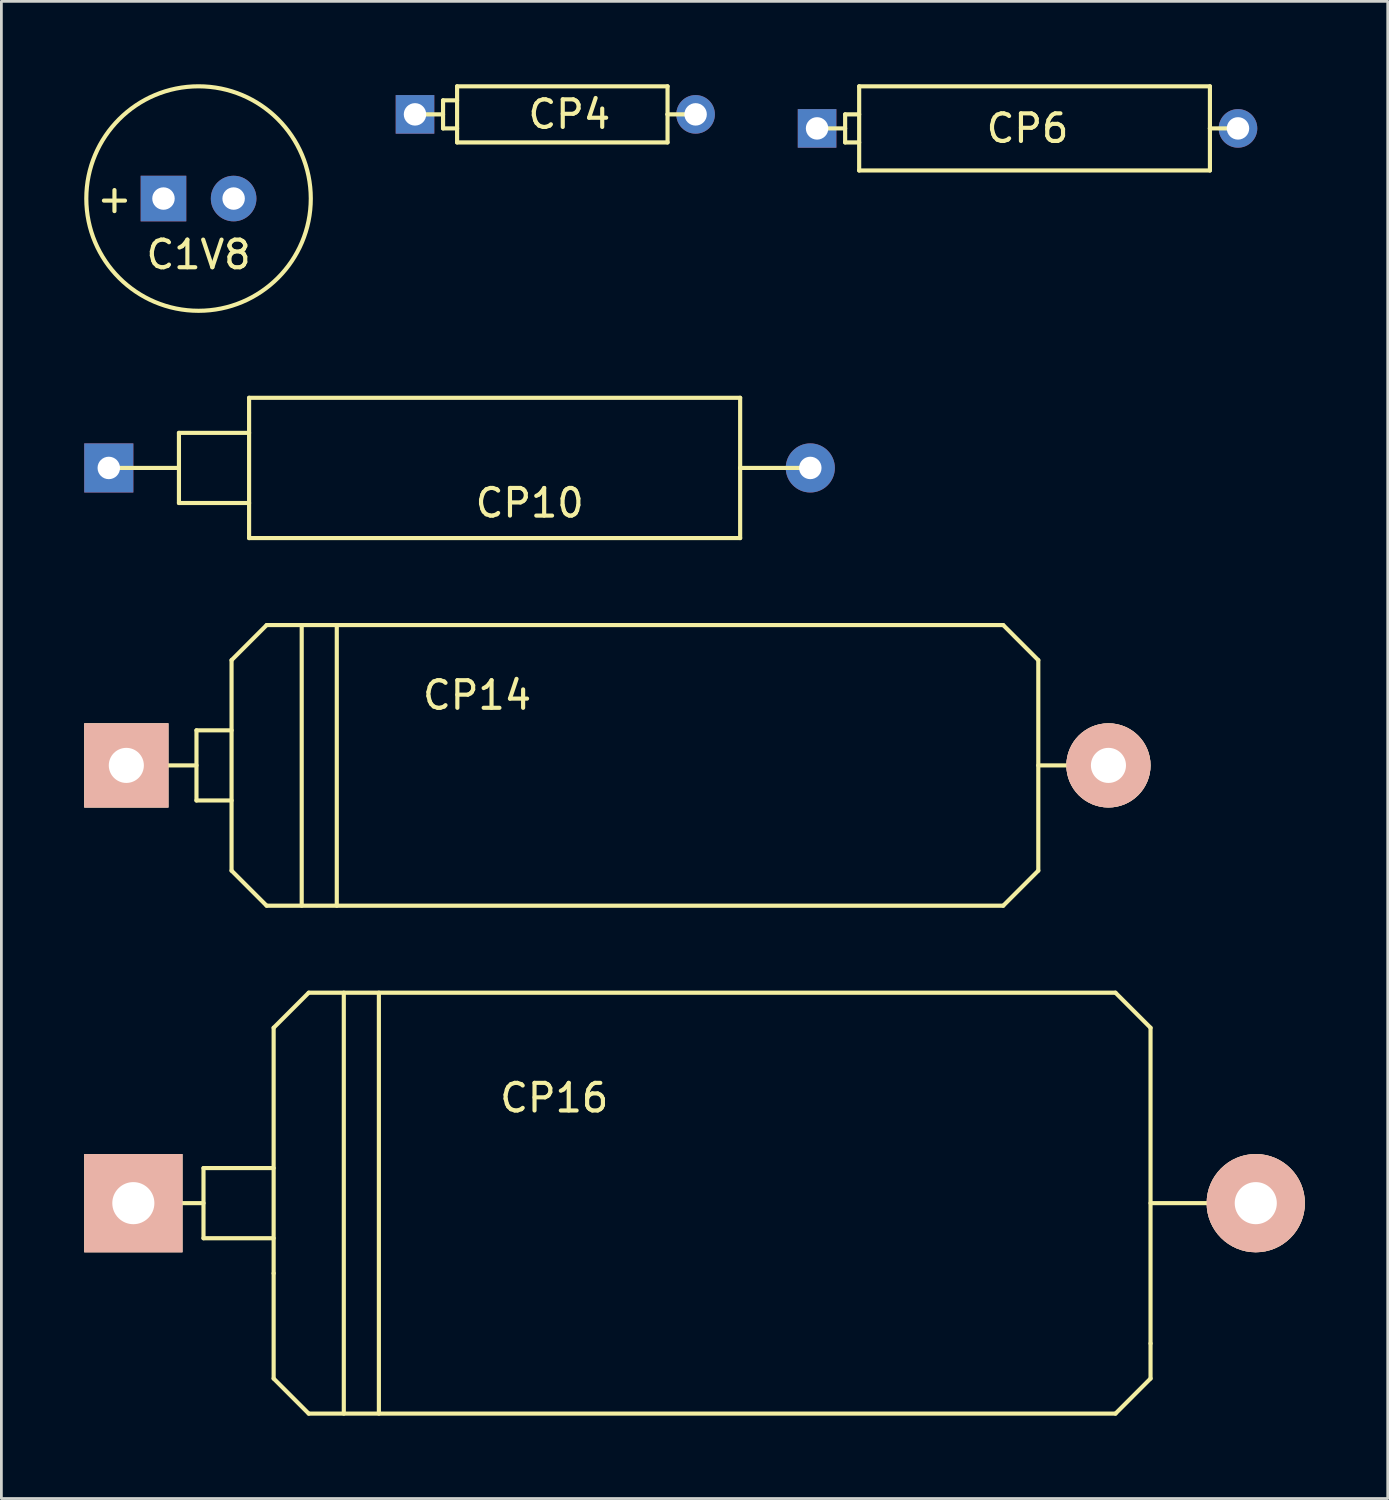
<source format=kicad_pcb>
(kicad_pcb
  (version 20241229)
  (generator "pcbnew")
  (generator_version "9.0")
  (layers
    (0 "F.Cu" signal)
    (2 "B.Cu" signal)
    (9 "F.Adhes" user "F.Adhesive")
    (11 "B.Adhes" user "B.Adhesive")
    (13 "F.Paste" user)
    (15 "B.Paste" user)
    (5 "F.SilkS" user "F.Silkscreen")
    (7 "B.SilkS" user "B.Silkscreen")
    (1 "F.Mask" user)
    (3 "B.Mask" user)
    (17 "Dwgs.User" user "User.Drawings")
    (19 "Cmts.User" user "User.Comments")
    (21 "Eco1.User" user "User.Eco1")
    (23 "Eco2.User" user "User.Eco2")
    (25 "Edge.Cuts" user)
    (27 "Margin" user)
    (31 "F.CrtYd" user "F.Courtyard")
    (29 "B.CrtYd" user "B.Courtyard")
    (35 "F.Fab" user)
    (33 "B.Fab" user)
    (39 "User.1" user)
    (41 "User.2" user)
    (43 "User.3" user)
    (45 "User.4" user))
  (footprint "C1V8"
    (layer "F.Cu")
    (at 4.139 4.139)
    (property "Reference" "C1V8" (at 0 2.032 0) (layer "F.SilkS") (effects (font (size 1 1) (thickness 0.15))))
    (attr through_hole)
    (fp_circle (center 0 0) (end 4.064 0) (stroke (width 0.15) (type solid)) (fill no) (layer "F.SilkS"))
    (fp_text user "+" (at -3.045 0 0) (layer "F.SilkS") (effects (font (size 1 1) (thickness 0.15))))
    (pad "1" thru_hole rect (at -1.27 0) (size 1.651 1.651) (drill 0.813) (layers "*.Cu" "*.Mask"))
    (pad "2" thru_hole circle (at 1.27 0) (size 1.651 1.651) (drill 0.813) (layers "*.Cu" "*.Mask")))
  (footprint "CP16"
    (layer "F.Cu")
    (at 22.098 40.513)
    (property "Reference" "CP16" (at -5.08 -3.81 0) (layer "F.SilkS") (effects (font (size 1 1) (thickness 0.15))))
    (attr through_hole)
    (fp_line (start -17.78 -1.27) (end -17.78 1.27) (stroke (width 0.15) (type solid)) (layer "F.SilkS"))
    (fp_line (start -17.78 0) (end -20.32 0) (stroke (width 0.15) (type solid)) (layer "F.SilkS"))
    (fp_line (start -17.78 1.27) (end -15.24 1.27) (stroke (width 0.15) (type solid)) (layer "F.SilkS"))
    (fp_line (start -15.24 -6.35) (end -13.97 -7.62) (stroke (width 0.15) (type solid)) (layer "F.SilkS"))
    (fp_line (start -15.24 -1.27) (end -17.78 -1.27) (stroke (width 0.15) (type solid)) (layer "F.SilkS"))
    (fp_line (start -15.24 2.54) (end -15.24 -6.35) (stroke (width 0.15) (type solid)) (layer "F.SilkS"))
    (fp_line (start -15.24 6.35) (end -15.24 2.54) (stroke (width 0.15) (type solid)) (layer "F.SilkS"))
    (fp_line (start -13.97 7.62) (end -15.24 6.35) (stroke (width 0.15) (type solid)) (layer "F.SilkS"))
    (fp_line (start -12.7 7.62) (end -12.7 -7.62) (stroke (width 0.15) (type solid)) (layer "F.SilkS"))
    (fp_line (start -11.43 7.62) (end -11.43 -7.62) (stroke (width 0.15) (type solid)) (layer "F.SilkS"))
    (fp_line (start 15.24 -7.62) (end -13.97 -7.62) (stroke (width 0.15) (type solid)) (layer "F.SilkS"))
    (fp_line (start 15.24 7.62) (end -13.97 7.62) (stroke (width 0.15) (type solid)) (layer "F.SilkS"))
    (fp_line (start 16.51 -6.35) (end 15.24 -7.62) (stroke (width 0.15) (type solid)) (layer "F.SilkS"))
    (fp_line (start 16.51 5.08) (end 16.51 -6.35) (stroke (width 0.15) (type solid)) (layer "F.SilkS"))
    (fp_line (start 16.51 5.08) (end 16.51 6.35) (stroke (width 0.15) (type solid)) (layer "F.SilkS"))
    (fp_line (start 16.51 6.35) (end 15.24 7.62) (stroke (width 0.15) (type solid)) (layer "F.SilkS"))
    (fp_line (start 20.32 0) (end 16.51 0) (stroke (width 0.15) (type solid)) (layer "F.SilkS"))
    (pad "1" thru_hole rect (at -20.32 0) (size 3.556 3.556) (drill 1.524) (layers "*.Cu" "*.SilkS" "*.Mask"))
    (pad "2" thru_hole circle (at 20.32 0) (size 3.556 3.556) (drill 1.524) (layers "*.Cu" "*.SilkS" "*.Mask")))
  (footprint "CP6"
    (layer "F.Cu")
    (at 34.154 1.599)
    (property "Reference" "CP6" (at 0 0 0) (layer "F.SilkS") (effects (font (size 1 1) (thickness 0.15))))
    (attr through_hole)
    (fp_line (start -7.62 0) (end -6.604 0) (stroke (width 0.15) (type solid)) (layer "F.SilkS"))
    (fp_line (start -6.604 -0.508) (end -6.096 -0.508) (stroke (width 0.15) (type solid)) (layer "F.SilkS"))
    (fp_line (start -6.604 0.508) (end -6.604 -0.508) (stroke (width 0.15) (type solid)) (layer "F.SilkS"))
    (fp_line (start -6.096 -1.524) (end -6.096 1.524) (stroke (width 0.15) (type solid)) (layer "F.SilkS"))
    (fp_line (start -6.096 0.508) (end -6.604 0.508) (stroke (width 0.15) (type solid)) (layer "F.SilkS"))
    (fp_line (start -6.096 1.524) (end 6.604 1.524) (stroke (width 0.15) (type solid)) (layer "F.SilkS"))
    (fp_line (start 6.604 -1.524) (end -6.096 -1.524) (stroke (width 0.15) (type solid)) (layer "F.SilkS"))
    (fp_line (start 6.604 0) (end 6.604 -1.524) (stroke (width 0.15) (type solid)) (layer "F.SilkS"))
    (fp_line (start 6.604 1.524) (end 6.604 0) (stroke (width 0.15) (type solid)) (layer "F.SilkS"))
    (fp_line (start 7.62 0) (end 6.604 0) (stroke (width 0.15) (type solid)) (layer "F.SilkS"))
    (pad "1" thru_hole rect (at -7.62 0) (size 1.397 1.397) (drill 0.813) (layers "*.Cu" "*.Mask"))
    (pad "2" thru_hole circle (at 7.62 0) (size 1.397 1.397) (drill 0.813) (layers "*.Cu" "*.Mask")))
  (footprint "CP10"
    (layer "F.Cu")
    (at 13.589 13.893)
    (property "Reference" "CP10" (at 2.54 1.27 0) (layer "F.SilkS") (effects (font (size 1 1) (thickness 0.15))))
    (attr through_hole)
    (fp_line (start -12.7 0) (end -10.16 0) (stroke (width 0.15) (type solid)) (layer "F.SilkS"))
    (fp_line (start -10.16 -1.27) (end -10.16 1.27) (stroke (width 0.15) (type solid)) (layer "F.SilkS"))
    (fp_line (start -10.16 1.27) (end -7.62 1.27) (stroke (width 0.15) (type solid)) (layer "F.SilkS"))
    (fp_line (start -7.62 -2.54) (end 10.16 -2.54) (stroke (width 0.15) (type solid)) (layer "F.SilkS"))
    (fp_line (start -7.62 -1.27) (end -10.16 -1.27) (stroke (width 0.15) (type solid)) (layer "F.SilkS"))
    (fp_line (start -7.62 2.54) (end -7.62 -2.54) (stroke (width 0.15) (type solid)) (layer "F.SilkS"))
    (fp_line (start 10.16 -2.54) (end 10.16 0) (stroke (width 0.15) (type solid)) (layer "F.SilkS"))
    (fp_line (start 10.16 0) (end 10.16 2.54) (stroke (width 0.15) (type solid)) (layer "F.SilkS"))
    (fp_line (start 10.16 2.54) (end -7.62 2.54) (stroke (width 0.15) (type solid)) (layer "F.SilkS"))
    (fp_line (start 12.7 0) (end 10.16 0) (stroke (width 0.15) (type solid)) (layer "F.SilkS"))
    (pad "1" thru_hole rect (at -12.7 0) (size 1.778 1.778) (drill 0.813) (layers "*.Cu" "*.Mask"))
    (pad "2" thru_hole circle (at 12.7 0) (size 1.778 1.778) (drill 0.813) (layers "*.Cu" "*.Mask")))
  (footprint "CP4"
    (layer "F.Cu")
    (at 17.056 1.091)
    (property "Reference" "CP4" (at 0.508 0 0) (layer "F.SilkS") (effects (font (size 1 1) (thickness 0.15))))
    (attr through_hole)
    (fp_line (start -5.08 0) (end -4.064 0) (stroke (width 0.15) (type solid)) (layer "F.SilkS"))
    (fp_line (start -4.064 -0.508) (end -3.556 -0.508) (stroke (width 0.15) (type solid)) (layer "F.SilkS"))
    (fp_line (start -4.064 0.508) (end -4.064 -0.508) (stroke (width 0.15) (type solid)) (layer "F.SilkS"))
    (fp_line (start -3.556 -1.016) (end 4.064 -1.016) (stroke (width 0.15) (type solid)) (layer "F.SilkS"))
    (fp_line (start -3.556 0.508) (end -4.064 0.508) (stroke (width 0.15) (type solid)) (layer "F.SilkS"))
    (fp_line (start -3.556 1.016) (end -3.556 -1.016) (stroke (width 0.15) (type solid)) (layer "F.SilkS"))
    (fp_line (start 4.064 -1.016) (end 4.064 0) (stroke (width 0.15) (type solid)) (layer "F.SilkS"))
    (fp_line (start 4.064 0) (end 4.064 1.016) (stroke (width 0.15) (type solid)) (layer "F.SilkS"))
    (fp_line (start 4.064 1.016) (end -3.556 1.016) (stroke (width 0.15) (type solid)) (layer "F.SilkS"))
    (fp_line (start 5.08 0) (end 4.064 0) (stroke (width 0.15) (type solid)) (layer "F.SilkS"))
    (pad "1" thru_hole rect (at -5.08 0) (size 1.397 1.397) (drill 0.813) (layers "*.Cu" "*.Mask"))
    (pad "2" thru_hole circle (at 5.08 0) (size 1.397 1.397) (drill 0.813) (layers "*.Cu" "*.Mask")))
  (footprint "CP14"
    (layer "F.Cu")
    (at 19.304 24.663)
    (property "Reference" "CP14" (at -5.08 -2.54 0) (layer "F.SilkS") (effects (font (size 1 1) (thickness 0.15))))
    (attr through_hole)
    (fp_line (start -15.24 -1.27) (end -15.24 1.27) (stroke (width 0.15) (type solid)) (layer "F.SilkS"))
    (fp_line (start -15.24 0) (end -17.78 0) (stroke (width 0.15) (type solid)) (layer "F.SilkS"))
    (fp_line (start -15.24 1.27) (end -13.97 1.27) (stroke (width 0.15) (type solid)) (layer "F.SilkS"))
    (fp_line (start -13.97 -3.81) (end -12.7 -5.08) (stroke (width 0.15) (type solid)) (layer "F.SilkS"))
    (fp_line (start -13.97 -1.27) (end -15.24 -1.27) (stroke (width 0.15) (type solid)) (layer "F.SilkS"))
    (fp_line (start -13.97 3.81) (end -13.97 -3.81) (stroke (width 0.15) (type solid)) (layer "F.SilkS"))
    (fp_line (start -12.7 -5.08) (end 13.97 -5.08) (stroke (width 0.15) (type solid)) (layer "F.SilkS"))
    (fp_line (start -12.7 5.08) (end -13.97 3.81) (stroke (width 0.15) (type solid)) (layer "F.SilkS"))
    (fp_line (start -11.43 5.08) (end -11.43 -5.08) (stroke (width 0.15) (type solid)) (layer "F.SilkS"))
    (fp_line (start -10.16 5.08) (end -10.16 -5.08) (stroke (width 0.15) (type solid)) (layer "F.SilkS"))
    (fp_line (start 13.97 -5.08) (end 15.24 -3.81) (stroke (width 0.15) (type solid)) (layer "F.SilkS"))
    (fp_line (start 13.97 5.08) (end -12.7 5.08) (stroke (width 0.15) (type solid)) (layer "F.SilkS"))
    (fp_line (start 15.24 -3.81) (end 15.24 3.81) (stroke (width 0.15) (type solid)) (layer "F.SilkS"))
    (fp_line (start 15.24 0) (end 17.78 0) (stroke (width 0.15) (type solid)) (layer "F.SilkS"))
    (fp_line (start 15.24 3.81) (end 13.97 5.08) (stroke (width 0.15) (type solid)) (layer "F.SilkS"))
    (pad "1" thru_hole rect (at -17.78 0) (size 3.048 3.048) (drill 1.27) (layers "*.Cu" "*.SilkS" "*.Mask"))
    (pad "2" thru_hole circle (at 17.78 0) (size 3.048 3.048) (drill 1.27) (layers "*.Cu" "*.SilkS" "*.Mask")))
  (gr_rect
    (start -3 -3)
    (end 47.196 51.208)
    (stroke (width 0.1) (type default))
    (fill no)
    (layer "Edge.Cuts")))
</source>
